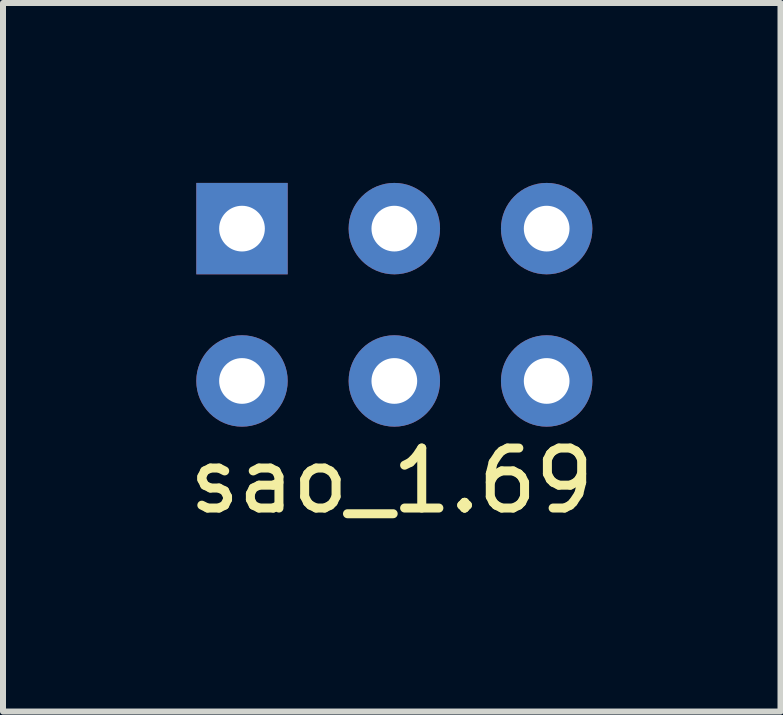
<source format=kicad_pcb>
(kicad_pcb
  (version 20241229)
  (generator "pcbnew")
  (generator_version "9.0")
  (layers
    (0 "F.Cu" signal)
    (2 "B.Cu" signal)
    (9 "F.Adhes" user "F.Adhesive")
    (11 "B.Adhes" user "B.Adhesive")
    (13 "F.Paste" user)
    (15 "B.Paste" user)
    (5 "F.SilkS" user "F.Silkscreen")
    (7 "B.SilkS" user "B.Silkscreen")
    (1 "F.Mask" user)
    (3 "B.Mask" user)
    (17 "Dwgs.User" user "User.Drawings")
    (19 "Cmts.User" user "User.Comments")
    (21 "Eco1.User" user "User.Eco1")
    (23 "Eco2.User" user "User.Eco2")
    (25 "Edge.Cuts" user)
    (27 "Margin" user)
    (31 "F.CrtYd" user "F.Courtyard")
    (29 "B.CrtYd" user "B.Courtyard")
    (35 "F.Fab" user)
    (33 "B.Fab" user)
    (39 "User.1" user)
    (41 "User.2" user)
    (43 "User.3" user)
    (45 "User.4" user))
  (footprint "sao_1.69"
    (layer "F.Cu")
    (at 3.525 2.032)
    (property "Reference" "sao_1.69" (at -0.043 2.934 0) (layer "F.SilkS") (effects (font (size 1 1) (thickness 0.15))))
    (attr through_hole)
    (pad "1" thru_hole rect (at -2.54 -1.27) (size 1.524 1.524) (drill 0.762) (layers "*.Cu" "*.Mask"))
    (pad "2" thru_hole circle (at -2.54 1.27) (size 1.524 1.524) (drill 0.762) (layers "*.Cu" "*.Mask"))
    (pad "3" thru_hole circle (at 0 -1.27) (size 1.524 1.524) (drill 0.762) (layers "*.Cu" "*.Mask"))
    (pad "4" thru_hole circle (at 0 1.27) (size 1.524 1.524) (drill 0.762) (layers "*.Cu" "*.Mask"))
    (pad "5" thru_hole circle (at 2.54 -1.27) (size 1.524 1.524) (drill 0.762) (layers "*.Cu" "*.Mask"))
    (pad "6" thru_hole circle (at 2.54 1.27) (size 1.524 1.524) (drill 0.762) (layers "*.Cu" "*.Mask")))
  (gr_rect
    (start -3 -3)
    (end 9.964 8.814)
    (stroke (width 0.1) (type default))
    (fill no)
    (layer "Edge.Cuts")))
</source>
